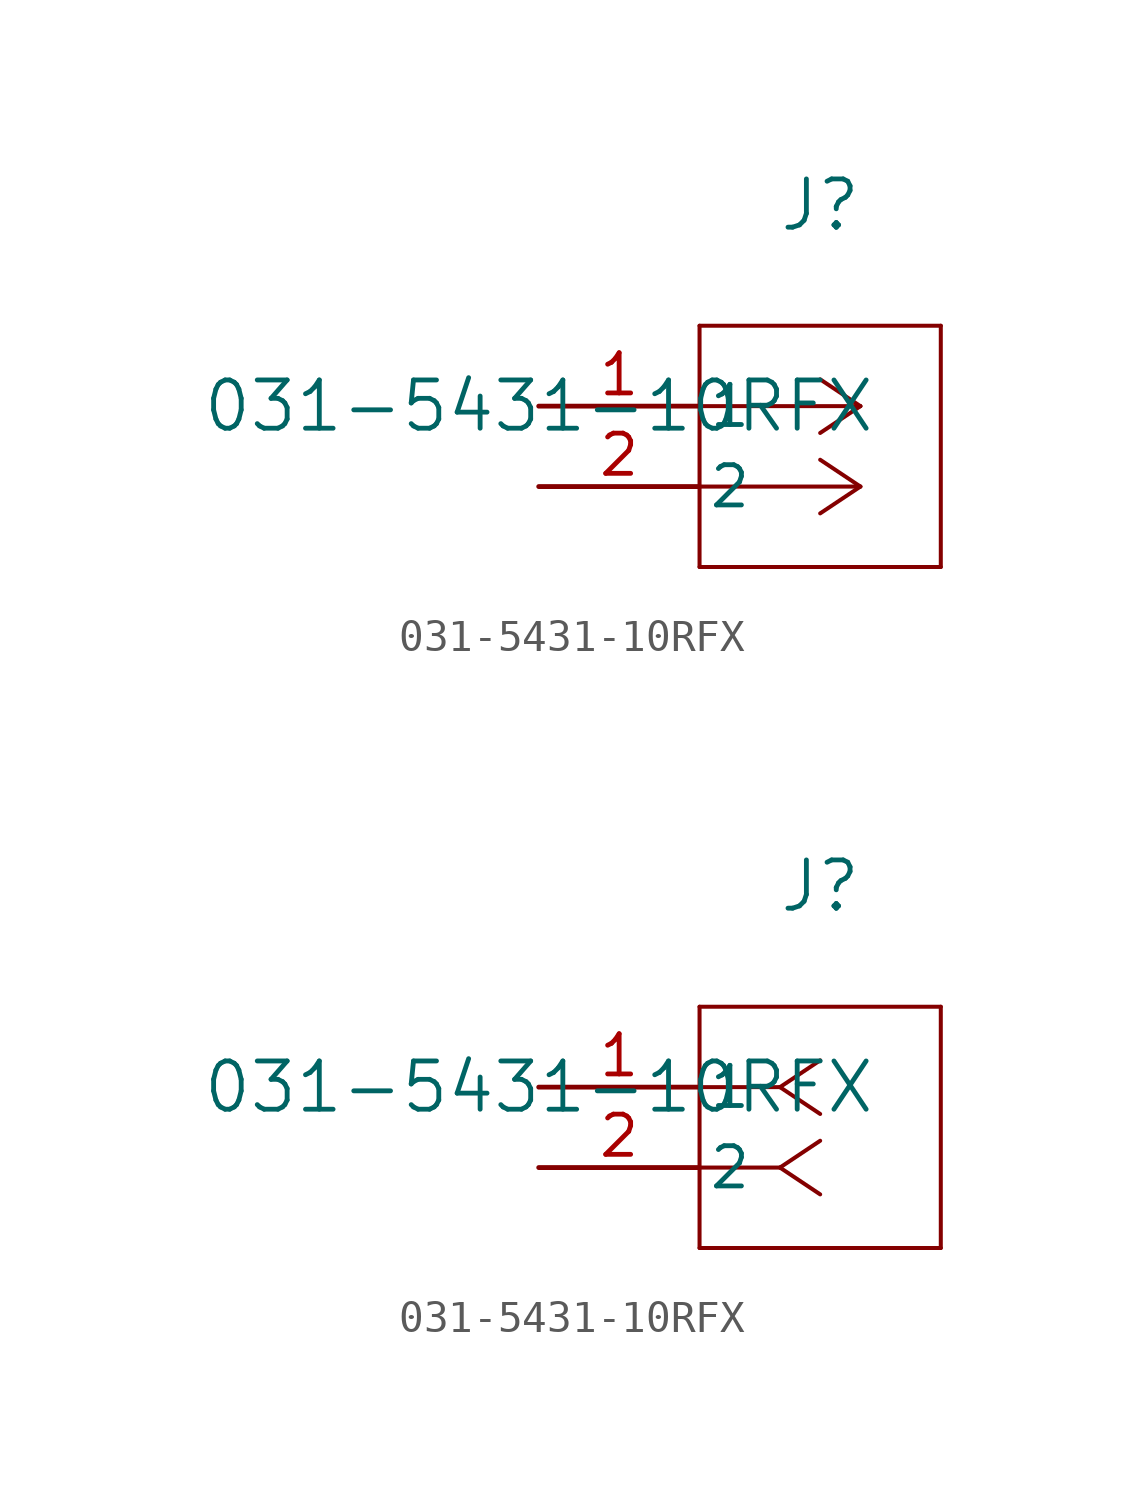
<source format=kicad_sym>
(kicad_symbol_lib
  (version 20211014)
  (generator kicad_symbol_editor)
  (symbol "031-5431-10RFX"
    (pin_names
      (offset 0.254))
    (property "Reference" "J"
      (at 8.89 6.35 0)
      (effects (font (size 1.524 1.524))))
    (property "Value" "031-5431-10RFX"
      (at 0 0 0)
      (effects (font (size 1.524 1.524))))
    (symbol "031-5431-10RFX_1_1"
      (polyline (pts (xy 10.16 0) (xy 5.08 0)) (stroke (width 0.127) (type default) (color 0 0 0 0)) (fill (type none)))
      (polyline (pts (xy 10.16 -2.54) (xy 5.08 -2.54)) (stroke (width 0.127) (type default) (color 0 0 0 0)) (fill (type none)))
      (polyline (pts (xy 10.16 0) (xy 8.89 0.847)) (stroke (width 0.127) (type default) (color 0 0 0 0)) (fill (type none)))
      (polyline (pts (xy 10.16 -2.54) (xy 8.89 -1.693)) (stroke (width 0.127) (type default) (color 0 0 0 0)) (fill (type none)))
      (polyline (pts (xy 10.16 0) (xy 8.89 -0.847)) (stroke (width 0.127) (type default) (color 0 0 0 0)) (fill (type none)))
      (polyline (pts (xy 10.16 -2.54) (xy 8.89 -3.387)) (stroke (width 0.127) (type default) (color 0 0 0 0)) (fill (type none)))
      (polyline (pts (xy 5.08 2.54) (xy 5.08 -5.08)) (stroke (width 0.127) (type default) (color 0 0 0 0)) (fill (type none)))
      (polyline (pts (xy 5.08 -5.08) (xy 12.7 -5.08)) (stroke (width 0.127) (type default) (color 0 0 0 0)) (fill (type none)))
      (polyline (pts (xy 12.7 -5.08) (xy 12.7 2.54)) (stroke (width 0.127) (type default) (color 0 0 0 0)) (fill (type none)))
      (polyline (pts (xy 12.7 2.54) (xy 5.08 2.54)) (stroke (width 0.127) (type default) (color 0 0 0 0)) (fill (type none)))
      (pin unspecified line (at 0 0 0) (length 5.08) (name "1" (effects (font (size 1.27 1.27)))) (number "1" (effects (font (size 1.27 1.27)))))
      (pin unspecified line (at 0 -2.54 0) (length 5.08) (name "2" (effects (font (size 1.27 1.27)))) (number "2" (effects (font (size 1.27 1.27))))))
    (symbol "031-5431-10RFX_1_2"
      (polyline (pts (xy 7.62 0) (xy 5.08 0)) (stroke (width 0.127) (type default) (color 0 0 0 0)) (fill (type none)))
      (polyline (pts (xy 7.62 -2.54) (xy 5.08 -2.54)) (stroke (width 0.127) (type default) (color 0 0 0 0)) (fill (type none)))
      (polyline (pts (xy 7.62 0) (xy 8.89 0.847)) (stroke (width 0.127) (type default) (color 0 0 0 0)) (fill (type none)))
      (polyline (pts (xy 7.62 -2.54) (xy 8.89 -1.693)) (stroke (width 0.127) (type default) (color 0 0 0 0)) (fill (type none)))
      (polyline (pts (xy 7.62 0) (xy 8.89 -0.847)) (stroke (width 0.127) (type default) (color 0 0 0 0)) (fill (type none)))
      (polyline (pts (xy 7.62 -2.54) (xy 8.89 -3.387)) (stroke (width 0.127) (type default) (color 0 0 0 0)) (fill (type none)))
      (polyline (pts (xy 5.08 2.54) (xy 5.08 -5.08)) (stroke (width 0.127) (type default) (color 0 0 0 0)) (fill (type none)))
      (polyline (pts (xy 5.08 -5.08) (xy 12.7 -5.08)) (stroke (width 0.127) (type default) (color 0 0 0 0)) (fill (type none)))
      (polyline (pts (xy 12.7 -5.08) (xy 12.7 2.54)) (stroke (width 0.127) (type default) (color 0 0 0 0)) (fill (type none)))
      (polyline (pts (xy 12.7 2.54) (xy 5.08 2.54)) (stroke (width 0.127) (type default) (color 0 0 0 0)) (fill (type none)))
      (pin unspecified line (at 0 0 0) (length 5.08) (name "1" (effects (font (size 1.27 1.27)))) (number "1" (effects (font (size 1.27 1.27)))))
      (pin unspecified line (at 0 -2.54 0) (length 5.08) (name "2" (effects (font (size 1.27 1.27)))) (number "2" (effects (font (size 1.27 1.27))))))))
</source>
